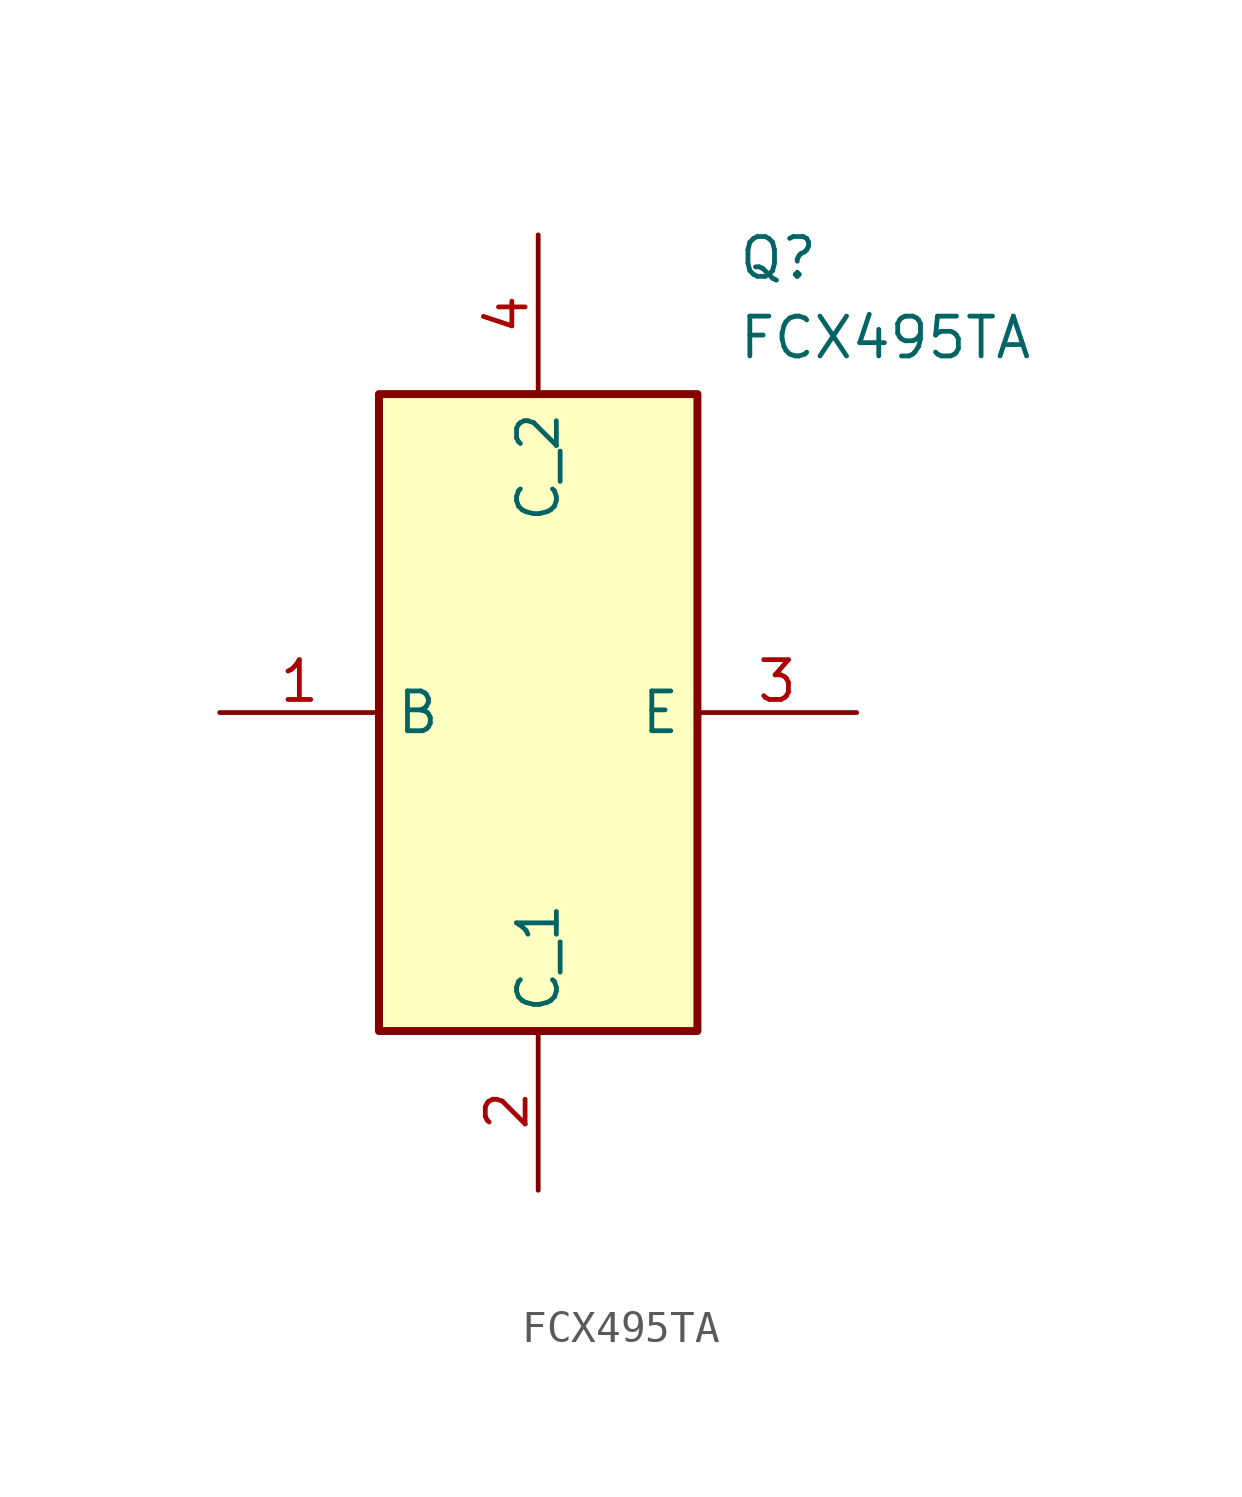
<source format=kicad_sym>
(kicad_symbol_lib
  (version 20241209)
  (generator "kicad_symbol_editor")
  (generator_version "9.0")
  (symbol "FCX495TA"
    (property "Reference" "Q"
      (at 16.51 15.24 0)
      (effects (font (size 1.27 1.27)) (justify left top)))
    (property "Value" "FCX495TA"
      (at 16.51 12.7 0)
      (effects (font (size 1.27 1.27)) (justify left top)))
    (symbol "FCX495TA_1_1"
      (rectangle (start 5.08 10.16) (end 15.24 -10.16) (stroke (width 0.254) (type default)) (fill (type background)))
      (pin passive line (at 0 0 0) (length 5.08) (name "B" (effects (font (size 1.27 1.27)))) (number "1" (effects (font (size 1.27 1.27)))))
      (pin passive line (at 10.16 15.24 270) (length 5.08) (name "C_2" (effects (font (size 1.27 1.27)))) (number "4" (effects (font (size 1.27 1.27)))))
      (pin passive line (at 10.16 -15.24 90) (length 5.08) (name "C_1" (effects (font (size 1.27 1.27)))) (number "2" (effects (font (size 1.27 1.27)))))
      (pin passive line (at 20.32 0 180) (length 5.08) (name "E" (effects (font (size 1.27 1.27)))) (number "3" (effects (font (size 1.27 1.27))))))))
</source>
